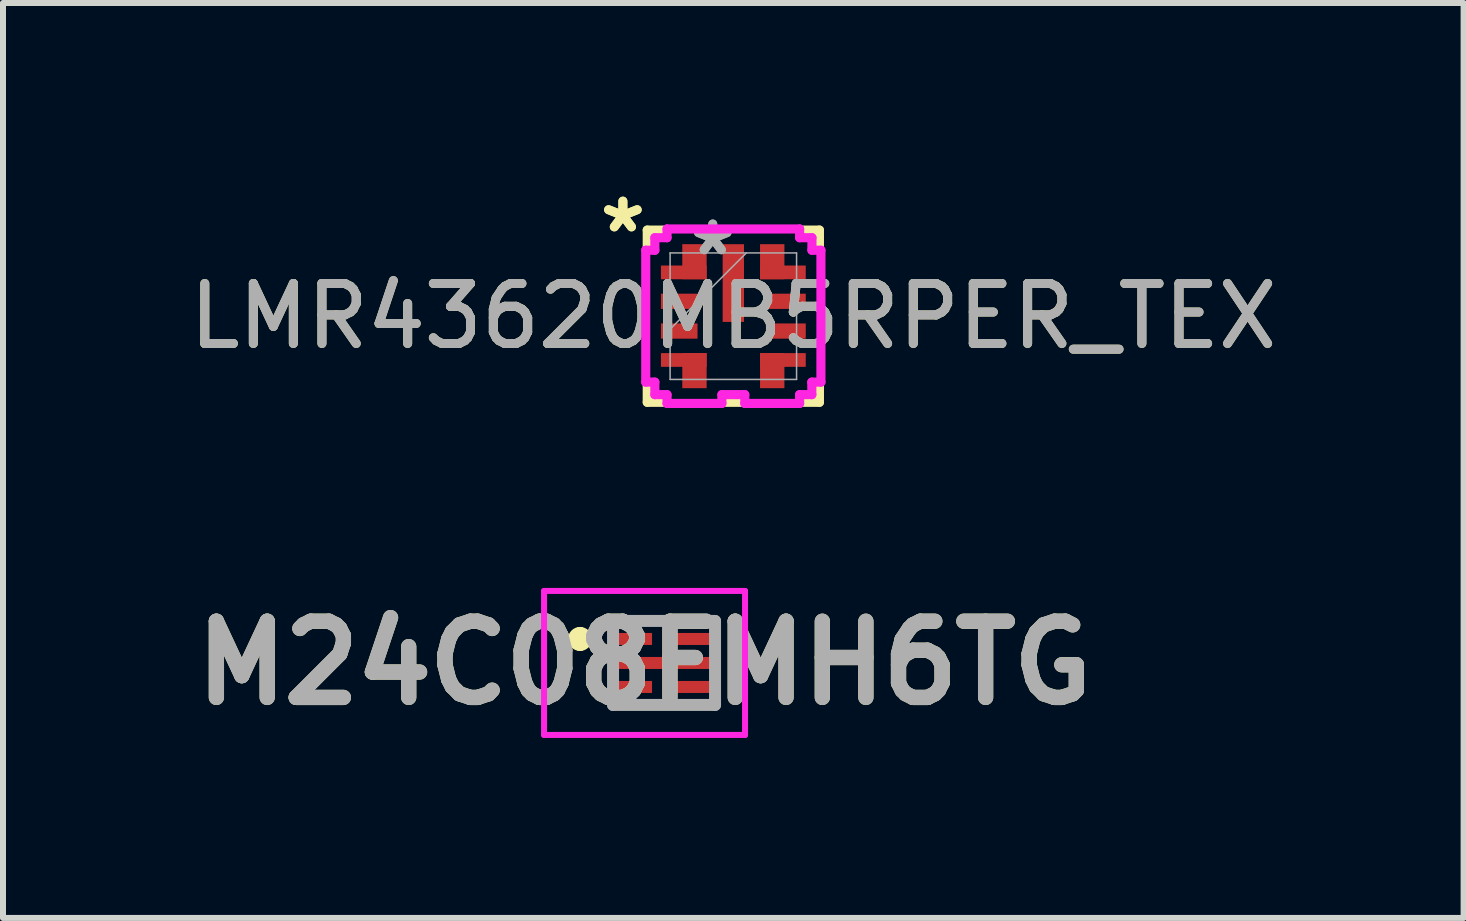
<source format=kicad_pcb>
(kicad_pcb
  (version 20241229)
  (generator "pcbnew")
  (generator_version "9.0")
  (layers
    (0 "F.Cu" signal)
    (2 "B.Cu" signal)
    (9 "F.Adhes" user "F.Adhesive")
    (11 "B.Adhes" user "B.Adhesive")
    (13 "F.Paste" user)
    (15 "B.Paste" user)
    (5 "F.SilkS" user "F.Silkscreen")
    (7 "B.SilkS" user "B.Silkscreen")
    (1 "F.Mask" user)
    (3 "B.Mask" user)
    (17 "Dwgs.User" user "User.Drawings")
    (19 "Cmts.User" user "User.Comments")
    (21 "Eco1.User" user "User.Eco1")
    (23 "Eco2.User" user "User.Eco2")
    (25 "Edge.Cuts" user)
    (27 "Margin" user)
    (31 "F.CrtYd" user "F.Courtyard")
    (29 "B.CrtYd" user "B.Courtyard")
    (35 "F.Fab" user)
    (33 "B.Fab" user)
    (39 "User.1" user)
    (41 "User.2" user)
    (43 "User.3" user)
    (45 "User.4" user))
  (footprint "M24C08FMH6TG"
    (layer "F.Cu")
    (at 8.018 8)
    (property "Reference" "M24C08FMH6TG" (at -0.325 0 0) (layer "F.SilkS") (effects (font (size 1.27 1.27) (thickness 0.254))))
    (attr smd)
    (fp_line (start -1.4 -0.5) (end -1.4 -0.5) (stroke (width 0.2) (type solid)) (layer "F.SilkS"))
    (fp_line (start -1.4 -0.3) (end -1.4 -0.3) (stroke (width 0.2) (type solid)) (layer "F.SilkS"))
    (fp_line (start -0.05 -0.7) (end 0.05 -0.7) (stroke (width 0.1) (type solid)) (layer "F.SilkS"))
    (fp_line (start -0.05 0.7) (end 0.05 0.7) (stroke (width 0.1) (type solid)) (layer "F.SilkS"))
    (fp_arc (start -1.4 -0.5) (mid -1.3 -0.4) (end -1.4 -0.3) (stroke (width 0.2) (type solid)) (layer "F.SilkS"))
    (fp_arc (start -1.4 -0.3) (mid -1.5 -0.4) (end -1.4 -0.5) (stroke (width 0.2) (type solid)) (layer "F.SilkS"))
    (fp_line (start -2 -1.2) (end 1.35 -1.2) (stroke (width 0.1) (type solid)) (layer "F.CrtYd"))
    (fp_line (start -2 1.2) (end -2 -1.2) (stroke (width 0.1) (type solid)) (layer "F.CrtYd"))
    (fp_line (start 1.35 -1.2) (end 1.35 1.2) (stroke (width 0.1) (type solid)) (layer "F.CrtYd"))
    (fp_line (start 1.35 1.2) (end -2 1.2) (stroke (width 0.1) (type solid)) (layer "F.CrtYd"))
    (fp_line (start -0.85 -0.7) (end 0.85 -0.7) (stroke (width 0.2) (type solid)) (layer "F.Fab"))
    (fp_line (start -0.85 0.7) (end -0.85 -0.7) (stroke (width 0.2) (type solid)) (layer "F.Fab"))
    (fp_line (start 0.85 -0.7) (end 0.85 0.7) (stroke (width 0.2) (type solid)) (layer "F.Fab"))
    (fp_line (start 0.85 0.7) (end -0.85 0.7) (stroke (width 0.2) (type solid)) (layer "F.Fab"))
    (fp_text user "${REFERENCE}" (at -0.325 0 0) (layer "F.Fab") (effects (font (size 1.27 1.27) (thickness 0.254))))
    (pad "1" smd rect (at -0.5 -0.4 90) (size 0.2 0.6) (layers "F.Cu" "F.Mask" "F.Paste"))
    (pad "2" smd rect (at 0 0 90) (size 0.2 1.6) (layers "F.Cu" "F.Mask" "F.Paste"))
    (pad "3" smd rect (at -0.5 0.4 90) (size 0.2 0.6) (layers "F.Cu" "F.Mask" "F.Paste"))
    (pad "4" smd rect (at 0.5 0.4 90) (size 0.2 0.6) (layers "F.Cu" "F.Mask" "F.Paste"))
    (pad "5" smd rect (at 0.5 -0.4 90) (size 0.2 0.6) (layers "F.Cu" "F.Mask" "F.Paste")))
  (footprint "LMR43620MB5RPER_TEX"
    (layer "F.Cu")
    (at 9.173 2.22)
    (property "Reference" "LMR43620MB5RPER_TEX" (at 0 0 0) (unlocked yes) (layer "F.SilkS") (effects (font (size 1 1) (thickness 0.15))))
    (attr smd)
    (fp_poly (pts (xy -0.445 -1.2) (xy -0.851 -1.2) (xy -0.851 -0.616) (xy -0.445 -0.616)) (stroke (width 0) (type solid)) (fill yes) (layer "F.Cu"))
    (fp_poly (pts (xy -0.445 1.2) (xy -0.851 1.2) (xy -0.851 0.616) (xy -0.445 0.616)) (stroke (width 0) (type solid)) (fill yes) (layer "F.Cu"))
    (fp_poly (pts (xy 0.445 -1.2) (xy 0.851 -1.2) (xy 0.851 -0.616) (xy 0.445 -0.616)) (stroke (width 0) (type solid)) (fill yes) (layer "F.Cu"))
    (fp_poly (pts (xy 0.445 1.2) (xy 0.851 1.2) (xy 0.851 0.616) (xy 0.445 0.616)) (stroke (width 0) (type solid)) (fill yes) (layer "F.Cu"))
    (fp_poly (pts (xy -0.445 -1.2) (xy -0.851 -1.2) (xy -0.851 -0.616) (xy -0.445 -0.616)) (stroke (width 0) (type solid)) (fill yes) (layer "F.Mask"))
    (fp_poly (pts (xy -0.445 1.2) (xy -0.851 1.2) (xy -0.851 0.616) (xy -0.445 0.616)) (stroke (width 0) (type solid)) (fill yes) (layer "F.Mask"))
    (fp_poly (pts (xy 0.445 -1.2) (xy 0.851 -1.2) (xy 0.851 -0.616) (xy 0.445 -0.616)) (stroke (width 0) (type solid)) (fill yes) (layer "F.Mask"))
    (fp_poly (pts (xy 0.445 1.2) (xy 0.851 1.2) (xy 0.851 0.616) (xy 0.445 0.616)) (stroke (width 0) (type solid)) (fill yes) (layer "F.Mask"))
    (fp_line (start -1.435 -1.435) (end -1.435 -1.112) (stroke (width 0.152) (type solid)) (layer "F.SilkS"))
    (fp_line (start -1.435 1.112) (end -1.435 1.435) (stroke (width 0.152) (type solid)) (layer "F.SilkS"))
    (fp_line (start -1.435 1.435) (end -1.087 1.435) (stroke (width 0.152) (type solid)) (layer "F.SilkS"))
    (fp_line (start -1.087 -1.435) (end -1.435 -1.435) (stroke (width 0.152) (type solid)) (layer "F.SilkS"))
    (fp_line (start -0.209 1.435) (end 0.209 1.435) (stroke (width 0.152) (type solid)) (layer "F.SilkS"))
    (fp_line (start 1.087 1.435) (end 1.435 1.435) (stroke (width 0.152) (type solid)) (layer "F.SilkS"))
    (fp_line (start 1.435 -1.435) (end 1.087 -1.435) (stroke (width 0.152) (type solid)) (layer "F.SilkS"))
    (fp_line (start 1.435 -1.112) (end 1.435 -1.435) (stroke (width 0.152) (type solid)) (layer "F.SilkS"))
    (fp_line (start 1.435 1.435) (end 1.435 1.112) (stroke (width 0.152) (type solid)) (layer "F.SilkS"))
    (fp_poly (pts (xy -0.445 -1.2) (xy -0.851 -1.2) (xy -0.851 -0.616) (xy -0.445 -0.616)) (stroke (width 0) (type solid)) (fill yes) (layer "F.Paste"))
    (fp_poly (pts (xy -0.445 1.2) (xy -0.851 1.2) (xy -0.851 0.616) (xy -0.445 0.616)) (stroke (width 0) (type solid)) (fill yes) (layer "F.Paste"))
    (fp_poly (pts (xy 0.445 -1.2) (xy 0.851 -1.2) (xy 0.851 -0.616) (xy 0.445 -0.616)) (stroke (width 0) (type solid)) (fill yes) (layer "F.Paste"))
    (fp_poly (pts (xy 0.445 1.2) (xy 0.851 1.2) (xy 0.851 0.616) (xy 0.445 0.616)) (stroke (width 0) (type solid)) (fill yes) (layer "F.Paste"))
    (fp_line (start -1.46 -1.099) (end -1.46 1.099) (stroke (width 0.152) (type solid)) (layer "F.CrtYd"))
    (fp_line (start -1.46 1.099) (end -1.308 1.099) (stroke (width 0.152) (type solid)) (layer "F.CrtYd"))
    (fp_line (start -1.308 -1.308) (end -1.308 -1.099) (stroke (width 0.152) (type solid)) (layer "F.CrtYd"))
    (fp_line (start -1.308 -1.099) (end -1.46 -1.099) (stroke (width 0.152) (type solid)) (layer "F.CrtYd"))
    (fp_line (start -1.308 1.099) (end -1.308 1.308) (stroke (width 0.152) (type solid)) (layer "F.CrtYd"))
    (fp_line (start -1.308 1.308) (end -1.105 1.308) (stroke (width 0.152) (type solid)) (layer "F.CrtYd"))
    (fp_line (start -1.105 -1.454) (end -1.105 -1.308) (stroke (width 0.152) (type solid)) (layer "F.CrtYd"))
    (fp_line (start -1.105 -1.308) (end -1.308 -1.308) (stroke (width 0.152) (type solid)) (layer "F.CrtYd"))
    (fp_line (start -1.105 1.308) (end -1.105 1.454) (stroke (width 0.152) (type solid)) (layer "F.CrtYd"))
    (fp_line (start -1.105 1.454) (end -0.191 1.454) (stroke (width 0.152) (type solid)) (layer "F.CrtYd"))
    (fp_line (start -0.191 1.308) (end 0.191 1.308) (stroke (width 0.152) (type solid)) (layer "F.CrtYd"))
    (fp_line (start -0.191 1.454) (end -0.191 1.308) (stroke (width 0.152) (type solid)) (layer "F.CrtYd"))
    (fp_line (start 0.191 1.308) (end 0.191 1.454) (stroke (width 0.152) (type solid)) (layer "F.CrtYd"))
    (fp_line (start 0.191 1.454) (end 1.105 1.454) (stroke (width 0.152) (type solid)) (layer "F.CrtYd"))
    (fp_line (start 1.105 -1.454) (end -1.105 -1.454) (stroke (width 0.152) (type solid)) (layer "F.CrtYd"))
    (fp_line (start 1.105 -1.308) (end 1.105 -1.454) (stroke (width 0.152) (type solid)) (layer "F.CrtYd"))
    (fp_line (start 1.105 1.308) (end 1.308 1.308) (stroke (width 0.152) (type solid)) (layer "F.CrtYd"))
    (fp_line (start 1.105 1.454) (end 1.105 1.308) (stroke (width 0.152) (type solid)) (layer "F.CrtYd"))
    (fp_line (start 1.308 1.308) (end 1.308 1.099) (stroke (width 0.152) (type solid)) (layer "F.CrtYd"))
    (fp_line (start 1.308 1.099) (end 1.46 1.099) (stroke (width 0.152) (type solid)) (layer "F.CrtYd"))
    (fp_line (start 1.31 -1.099) (end 1.31 -1.308) (stroke (width 0.152) (type solid)) (layer "F.CrtYd"))
    (fp_line (start 1.31 -1.308) (end 1.105 -1.308) (stroke (width 0.152) (type solid)) (layer "F.CrtYd"))
    (fp_line (start 1.46 -1.099) (end 1.31 -1.099) (stroke (width 0.152) (type solid)) (layer "F.CrtYd"))
    (fp_line (start 1.46 1.099) (end 1.46 -1.099) (stroke (width 0.152) (type solid)) (layer "F.CrtYd"))
    (fp_line (start -1.054 -1.054) (end -1.054 1.054) (stroke (width 0.025) (type solid)) (layer "F.Fab"))
    (fp_line (start -1.054 0.216) (end 0.216 -1.054) (stroke (width 0.025) (type solid)) (layer "F.Fab"))
    (fp_line (start -1.054 1.054) (end 1.054 1.054) (stroke (width 0.025) (type solid)) (layer "F.Fab"))
    (fp_line (start 1.054 -1.054) (end -1.054 -1.054) (stroke (width 0.025) (type solid)) (layer "F.Fab"))
    (fp_line (start 1.054 1.054) (end 1.054 -1.054) (stroke (width 0.025) (type solid)) (layer "F.Fab"))
    (fp_text user "*" (at -1.841 -1.372 0) (layer "F.SilkS") (effects (font (size 1 1) (thickness 0.15))))
    (fp_text user "*" (at -1.841 -1.372 0) (unlocked yes) (layer "F.SilkS") (effects (font (size 1 1) (thickness 0.15))))
    (fp_text user "*" (at -0.343 -0.991 0) (layer "F.Fab") (effects (font (size 1 1) (thickness 0.15))))
    (fp_text user "*" (at -0.343 -0.991 0) (unlocked yes) (layer "F.Fab") (effects (font (size 1 1) (thickness 0.15))))
    (fp_text user "${REFERENCE}" (at 0 0 0) (unlocked yes) (layer "F.Fab") (effects (font (size 1 1) (thickness 0.15))))
    (pad "1" smd rect (at -0.826 -0.73 90) (size 0.229 0.762) (layers "F.Cu" "F.Mask" "F.Paste"))
    (pad "2" smd rect (at -0.902 -0.248 90) (size 0.254 0.61) (layers "F.Cu" "F.Mask" "F.Paste"))
    (pad "3" smd rect (at -0.902 0.248 90) (size 0.254 0.61) (layers "F.Cu" "F.Mask" "F.Paste"))
    (pad "4" smd rect (at -0.826 0.73 90) (size 0.229 0.762) (layers "F.Cu" "F.Mask" "F.Paste"))
    (pad "5" smd rect (at 0.826 0.73 90) (size 0.229 0.762) (layers "F.Cu" "F.Mask" "F.Paste"))
    (pad "6" smd rect (at 0.902 0.248 90) (size 0.254 0.61) (layers "F.Cu" "F.Mask" "F.Paste"))
    (pad "7" smd rect (at 0.902 -0.248 90) (size 0.254 0.61) (layers "F.Cu" "F.Mask" "F.Paste"))
    (pad "8" smd rect (at 0.826 -0.73 90) (size 0.229 0.762) (layers "F.Cu" "F.Mask" "F.Paste"))
    (pad "9" smd rect (at 0 -0.552) (size 0.356 1.295) (layers "F.Cu" "F.Mask" "F.Paste")))
  (gr_rect
    (start -3 -3)
    (end 21.345 12.25)
    (stroke (width 0.1) (type default))
    (fill no)
    (layer "Edge.Cuts")))
</source>
